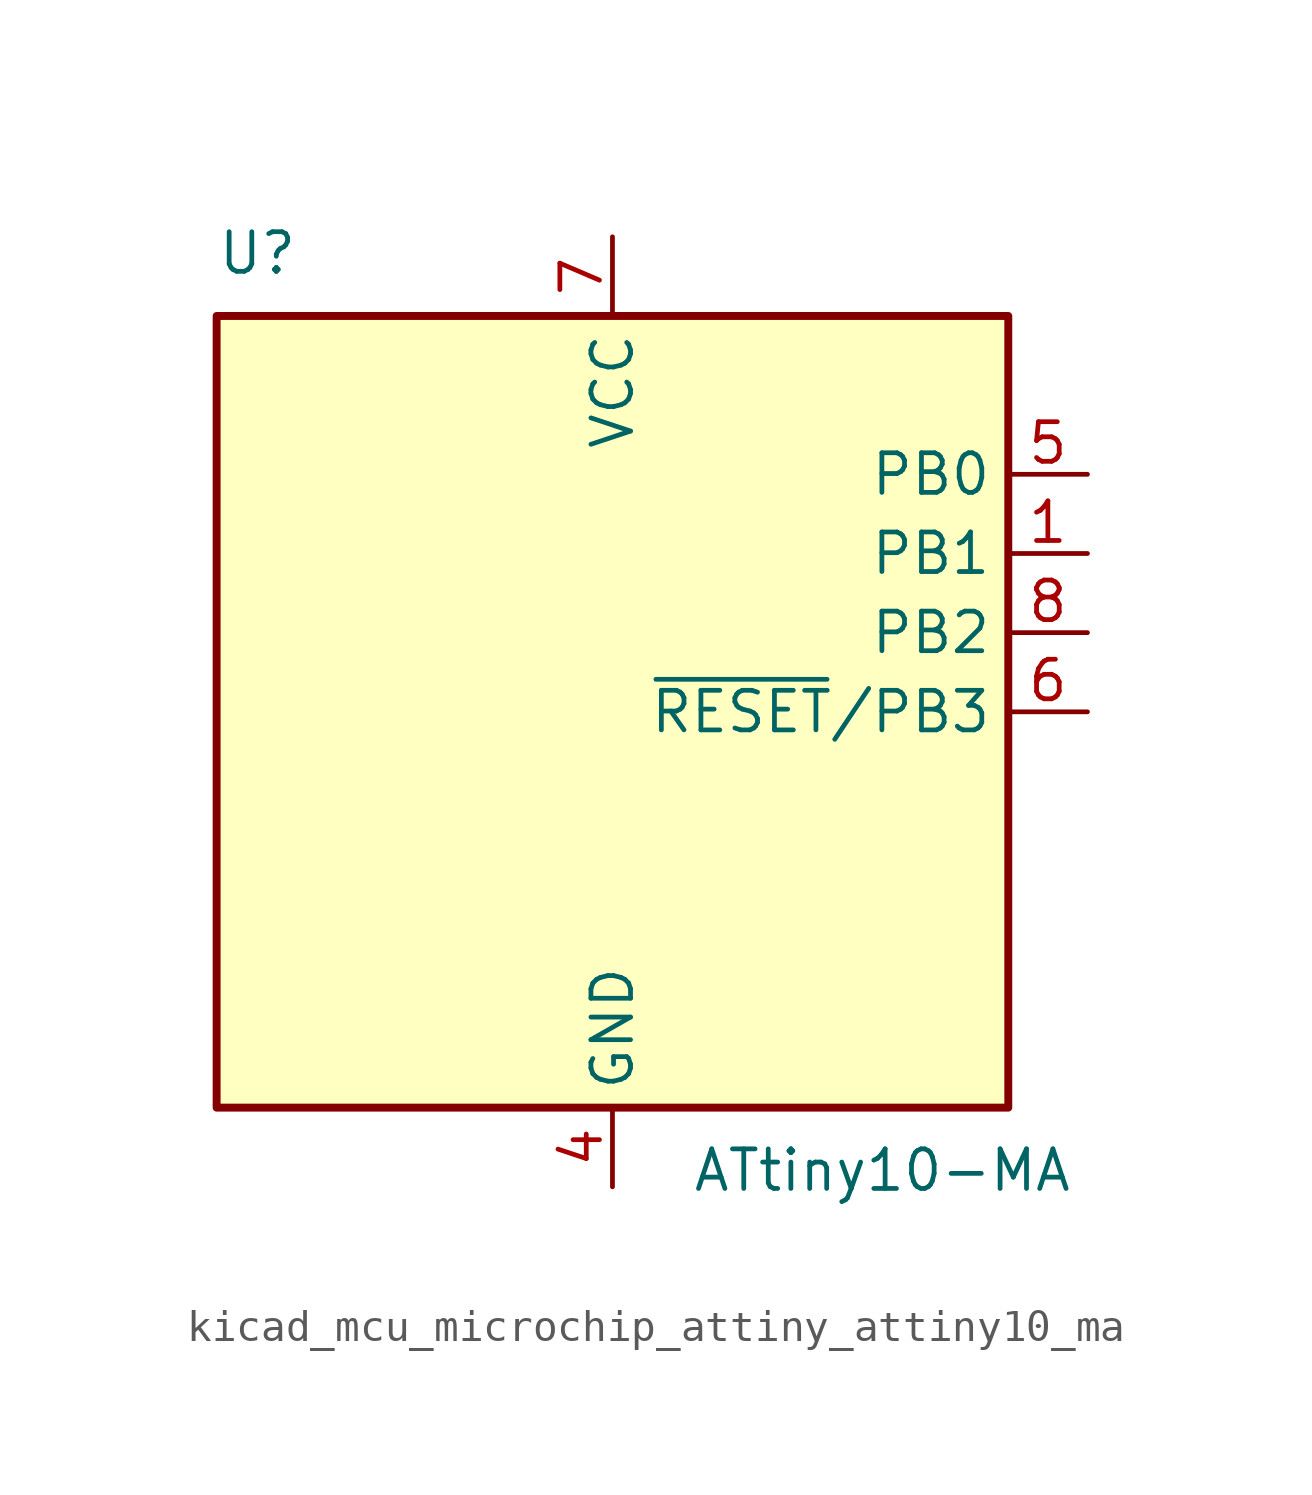
<source format=kicad_sym>
(kicad_symbol_lib
  (version 20220914)
  (generator kicad_symbol_editor)
  (symbol "kicad_mcu_microchip_attiny_attiny10_ma"
    (property "Reference" "U"
      (at -12.7 13.97 0)
      (effects (font (size 1.27 1.27)) (justify left bottom)))
    (property "Value" "ATtiny10-MA"
      (at 2.54 -13.97 0)
      (effects (font (size 1.27 1.27)) (justify left top)))
    (symbol "kicad_mcu_microchip_attiny_attiny10_ma_0_1"
      (rectangle (start -12.7 -12.7) (end 12.7 12.7) (stroke (width 0.254) (type default)) (fill (type background))))
    (symbol "kicad_mcu_microchip_attiny_attiny10_ma_1_1"
      (pin bidirectional line (at 15.24 5.08 180) (length 2.54) (name "PB1" (effects (font (size 1.27 1.27)))) (number "1" (effects (font (size 1.27 1.27)))))
      (pin no_connect line (at -12.7 7.62 0) (length 2.54) hide (name "NC" (effects (font (size 1.27 1.27)))) (number "2" (effects (font (size 1.27 1.27)))))
      (pin no_connect line (at -12.7 5.08 0) (length 2.54) hide (name "NC" (effects (font (size 1.27 1.27)))) (number "3" (effects (font (size 1.27 1.27)))))
      (pin power_in line (at 0 -15.24 90) (length 2.54) (name "GND" (effects (font (size 1.27 1.27)))) (number "4" (effects (font (size 1.27 1.27)))))
      (pin bidirectional line (at 15.24 7.62 180) (length 2.54) (name "PB0" (effects (font (size 1.27 1.27)))) (number "5" (effects (font (size 1.27 1.27)))))
      (pin bidirectional line (at 15.24 0 180) (length 2.54) (name "~{RESET}/PB3" (effects (font (size 1.27 1.27)))) (number "6" (effects (font (size 1.27 1.27)))))
      (pin power_in line (at 0 15.24 270) (length 2.54) (name "VCC" (effects (font (size 1.27 1.27)))) (number "7" (effects (font (size 1.27 1.27)))))
      (pin bidirectional line (at 15.24 2.54 180) (length 2.54) (name "PB2" (effects (font (size 1.27 1.27)))) (number "8" (effects (font (size 1.27 1.27))))))))
</source>
